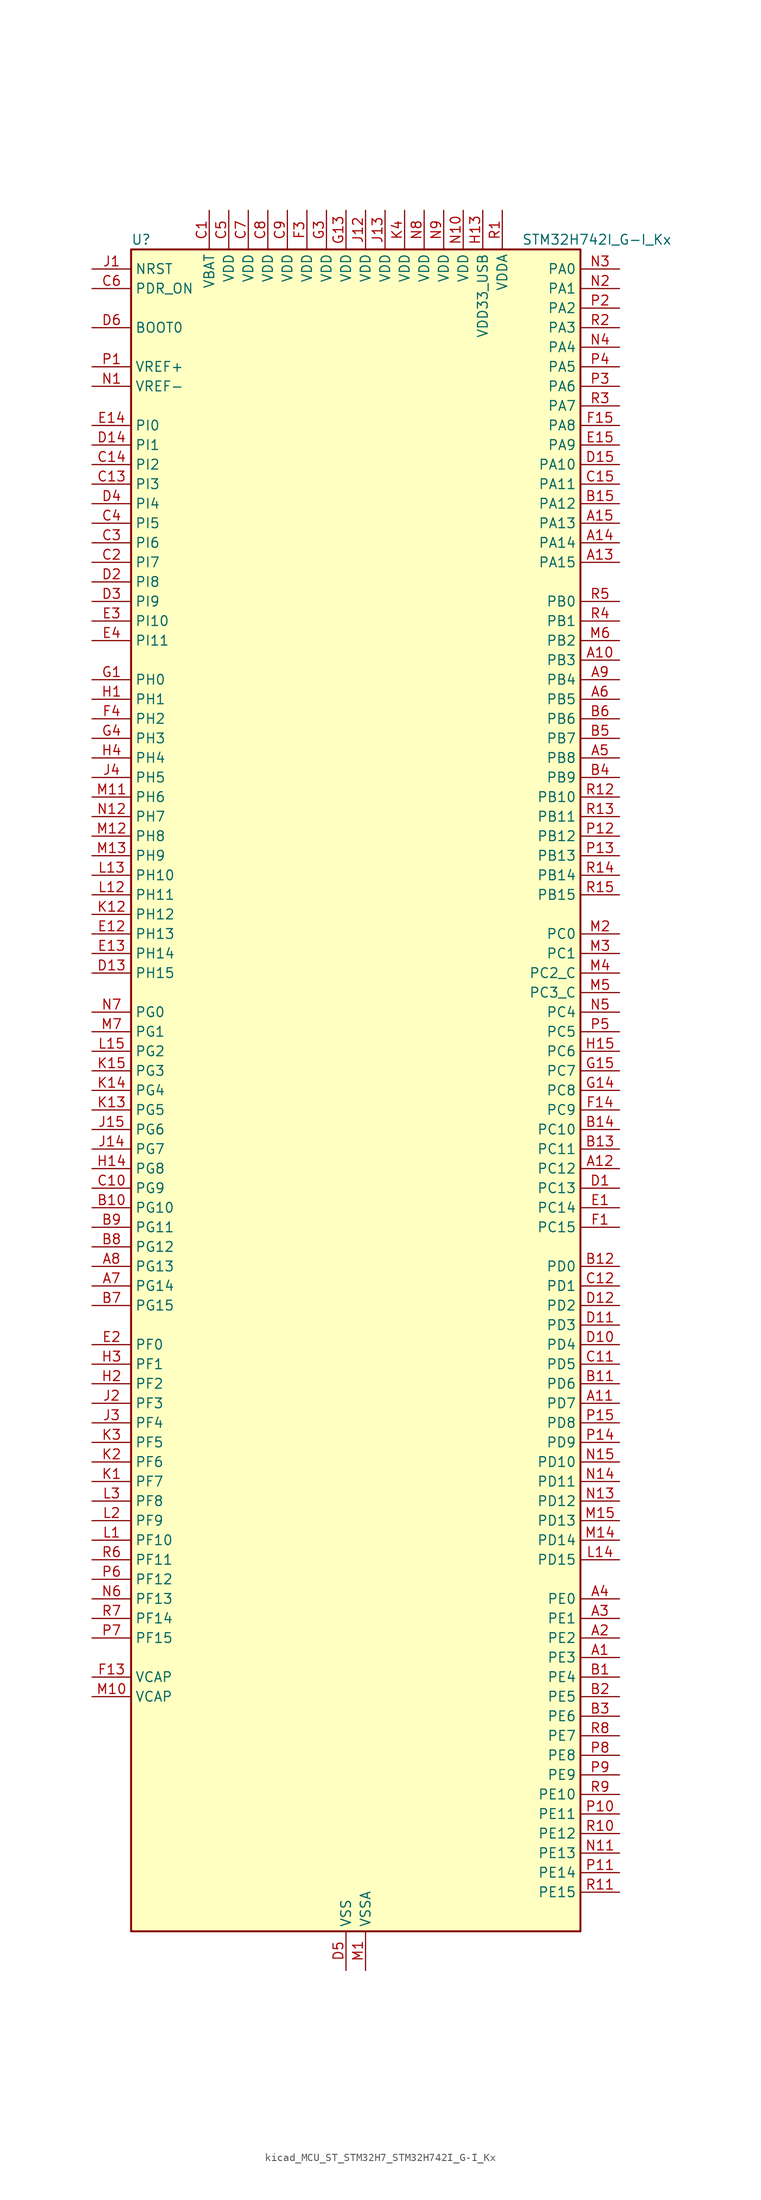
<source format=kicad_sym>
(kicad_symbol_lib
  (version 20220914)
  (generator kicad_symbol_editor)
  (symbol "kicad_MCU_ST_STM32H7_STM32H742I_G-I_Kx"
    (property "Reference" "U"
      (at -27.94 110.49 0)
      (effects (font (size 1.27 1.27)) (justify left)))
    (property "Value" "STM32H742I_G-I_Kx"
      (at 22.86 110.49 0)
      (effects (font (size 1.27 1.27)) (justify left)))
    (property "ki_locked" ""
      (at 0 0 0)
      (effects (font (size 1.27 1.27))))
    (symbol "kicad_MCU_ST_STM32H7_STM32H742I_G-I_Kx_0_1"
      (rectangle (start -27.94 -109.22) (end 30.48 109.22) (stroke (width 0.254) (type default)) (fill (type background))))
    (symbol "kicad_MCU_ST_STM32H7_STM32H742I_G-I_Kx_1_1"
      (pin bidirectional line (at 35.56 -73.66 180) (length 5.08) (name "PE3" (effects (font (size 1.27 1.27)))) (number "A1" (effects (font (size 1.27 1.27)))) (alternate "DEBUG_TRACED0" bidirectional line) (alternate "FMC_A19" bidirectional line) (alternate "SAI1_SD_B" bidirectional line) (alternate "SAI4_SD_B" bidirectional line) (alternate "TIM15_BKIN" bidirectional line))
      (pin bidirectional line (at 35.56 55.88 180) (length 5.08) (name "PB3" (effects (font (size 1.27 1.27)))) (number "A10" (effects (font (size 1.27 1.27)))) (alternate "CRS_SYNC" bidirectional line) (alternate "DEBUG_JTDO-SWO" bidirectional line) (alternate "HRTIM_FLT4" bidirectional line) (alternate "I2S1_CK" bidirectional line) (alternate "I2S3_CK" bidirectional line) (alternate "SDMMC2_D2" bidirectional line) (alternate "SPI1_SCK" bidirectional line) (alternate "SPI3_SCK" bidirectional line) (alternate "SPI6_SCK" bidirectional line) (alternate "TIM2_CH2" bidirectional line) (alternate "UART7_RX" bidirectional line))
      (pin bidirectional line (at 35.56 -40.64 180) (length 5.08) (name "PD7" (effects (font (size 1.27 1.27)))) (number "A11" (effects (font (size 1.27 1.27)))) (alternate "DFSDM1_CKIN1" bidirectional line) (alternate "DFSDM1_DATIN4" bidirectional line) (alternate "FMC_NE1" bidirectional line) (alternate "I2S1_SDO" bidirectional line) (alternate "SDMMC2_CMD" bidirectional line) (alternate "SPDIFRX1_IN0" bidirectional line) (alternate "SPI1_MOSI" bidirectional line) (alternate "USART2_CK" bidirectional line))
      (pin bidirectional line (at 35.56 -10.16 180) (length 5.08) (name "PC12" (effects (font (size 1.27 1.27)))) (number "A12" (effects (font (size 1.27 1.27)))) (alternate "DCMI_D9" bidirectional line) (alternate "DEBUG_TRACED3" bidirectional line) (alternate "HRTIM_EEV2" bidirectional line) (alternate "I2S3_SDO" bidirectional line) (alternate "SDMMC1_CK" bidirectional line) (alternate "SPI3_MOSI" bidirectional line) (alternate "UART5_TX" bidirectional line) (alternate "USART3_CK" bidirectional line))
      (pin bidirectional line (at 35.56 68.58 180) (length 5.08) (name "PA15" (effects (font (size 1.27 1.27)))) (number "A13" (effects (font (size 1.27 1.27)))) (alternate "ADC1_EXTI15" bidirectional line) (alternate "ADC2_EXTI15" bidirectional line) (alternate "ADC3_EXTI15" bidirectional line) (alternate "CEC" bidirectional line) (alternate "DEBUG_JTDI" bidirectional line) (alternate "HRTIM_FLT1" bidirectional line) (alternate "I2S1_WS" bidirectional line) (alternate "I2S3_WS" bidirectional line) (alternate "SPI1_NSS" bidirectional line) (alternate "SPI3_NSS" bidirectional line) (alternate "SPI6_NSS" bidirectional line) (alternate "TIM2_CH1" bidirectional line) (alternate "TIM2_ETR" bidirectional line) (alternate "UART4_DE" bidirectional line) (alternate "UART4_RTS" bidirectional line) (alternate "UART7_TX" bidirectional line))
      (pin bidirectional line (at 35.56 71.12 180) (length 5.08) (name "PA14" (effects (font (size 1.27 1.27)))) (number "A14" (effects (font (size 1.27 1.27)))) (alternate "DEBUG_JTCK-SWCLK" bidirectional line))
      (pin bidirectional line (at 35.56 73.66 180) (length 5.08) (name "PA13" (effects (font (size 1.27 1.27)))) (number "A15" (effects (font (size 1.27 1.27)))) (alternate "DEBUG_JTMS-SWDIO" bidirectional line))
      (pin bidirectional line (at 35.56 -71.12 180) (length 5.08) (name "PE2" (effects (font (size 1.27 1.27)))) (number "A2" (effects (font (size 1.27 1.27)))) (alternate "DEBUG_TRACECLK" bidirectional line) (alternate "ETH_TXD3" bidirectional line) (alternate "FMC_A23" bidirectional line) (alternate "QUADSPI_BK1_IO2" bidirectional line) (alternate "SAI1_CK1" bidirectional line) (alternate "SAI1_MCLK_A" bidirectional line) (alternate "SAI4_CK1" bidirectional line) (alternate "SAI4_MCLK_A" bidirectional line) (alternate "SPI4_SCK" bidirectional line))
      (pin bidirectional line (at 35.56 -68.58 180) (length 5.08) (name "PE1" (effects (font (size 1.27 1.27)))) (number "A3" (effects (font (size 1.27 1.27)))) (alternate "DCMI_D3" bidirectional line) (alternate "FMC_NBL1" bidirectional line) (alternate "HRTIM_SCOUT" bidirectional line) (alternate "LPTIM1_IN2" bidirectional line) (alternate "UART8_TX" bidirectional line))
      (pin bidirectional line (at 35.56 -66.04 180) (length 5.08) (name "PE0" (effects (font (size 1.27 1.27)))) (number "A4" (effects (font (size 1.27 1.27)))) (alternate "DCMI_D2" bidirectional line) (alternate "FMC_NBL0" bidirectional line) (alternate "HRTIM_SCIN" bidirectional line) (alternate "LPTIM1_ETR" bidirectional line) (alternate "LPTIM2_ETR" bidirectional line) (alternate "SAI2_MCLK_A" bidirectional line) (alternate "TIM4_ETR" bidirectional line) (alternate "UART8_RX" bidirectional line))
      (pin bidirectional line (at 35.56 43.18 180) (length 5.08) (name "PB8" (effects (font (size 1.27 1.27)))) (number "A5" (effects (font (size 1.27 1.27)))) (alternate "DCMI_D6" bidirectional line) (alternate "DFSDM1_CKIN7" bidirectional line) (alternate "ETH_TXD3" bidirectional line) (alternate "FDCAN1_RX" bidirectional line) (alternate "I2C1_SCL" bidirectional line) (alternate "I2C4_SCL" bidirectional line) (alternate "SDMMC1_CKIN" bidirectional line) (alternate "SDMMC1_D4" bidirectional line) (alternate "SDMMC2_D4" bidirectional line) (alternate "TIM16_CH1" bidirectional line) (alternate "TIM4_CH3" bidirectional line) (alternate "UART4_RX" bidirectional line))
      (pin bidirectional line (at 35.56 50.8 180) (length 5.08) (name "PB5" (effects (font (size 1.27 1.27)))) (number "A6" (effects (font (size 1.27 1.27)))) (alternate "DCMI_D10" bidirectional line) (alternate "ETH_PPS_OUT" bidirectional line) (alternate "FDCAN2_RX" bidirectional line) (alternate "FMC_SDCKE1" bidirectional line) (alternate "HRTIM_EEV7" bidirectional line) (alternate "I2C1_SMBA" bidirectional line) (alternate "I2C4_SMBA" bidirectional line) (alternate "I2S1_SDO" bidirectional line) (alternate "I2S3_SDO" bidirectional line) (alternate "SPI1_MOSI" bidirectional line) (alternate "SPI3_MOSI" bidirectional line) (alternate "SPI6_MOSI" bidirectional line) (alternate "TIM17_BKIN" bidirectional line) (alternate "TIM3_CH2" bidirectional line) (alternate "UART5_RX" bidirectional line) (alternate "USB_OTG_HS_ULPI_D7" bidirectional line))
      (pin bidirectional line (at -33.02 -25.4 0) (length 5.08) (name "PG14" (effects (font (size 1.27 1.27)))) (number "A7" (effects (font (size 1.27 1.27)))) (alternate "DEBUG_TRACED1" bidirectional line) (alternate "ETH_TXD1" bidirectional line) (alternate "FMC_A25" bidirectional line) (alternate "LPTIM1_ETR" bidirectional line) (alternate "QUADSPI_BK2_IO3" bidirectional line) (alternate "SPI6_MOSI" bidirectional line) (alternate "USART6_TX" bidirectional line))
      (pin bidirectional line (at -33.02 -22.86 0) (length 5.08) (name "PG13" (effects (font (size 1.27 1.27)))) (number "A8" (effects (font (size 1.27 1.27)))) (alternate "DEBUG_TRACED0" bidirectional line) (alternate "ETH_TXD0" bidirectional line) (alternate "FMC_A24" bidirectional line) (alternate "HRTIM_EEV10" bidirectional line) (alternate "LPTIM1_OUT" bidirectional line) (alternate "SPI6_SCK" bidirectional line) (alternate "USART6_CTS" bidirectional line) (alternate "USART6_NSS" bidirectional line))
      (pin bidirectional line (at 35.56 53.34 180) (length 5.08) (name "PB4" (effects (font (size 1.27 1.27)))) (number "A9" (effects (font (size 1.27 1.27)))) (alternate "DEBUG_JTRST" bidirectional line) (alternate "HRTIM_EEV6" bidirectional line) (alternate "I2S1_SDI" bidirectional line) (alternate "I2S2_WS" bidirectional line) (alternate "I2S3_SDI" bidirectional line) (alternate "SDMMC2_D3" bidirectional line) (alternate "SPI1_MISO" bidirectional line) (alternate "SPI2_NSS" bidirectional line) (alternate "SPI3_MISO" bidirectional line) (alternate "SPI6_MISO" bidirectional line) (alternate "TIM16_BKIN" bidirectional line) (alternate "TIM3_CH1" bidirectional line) (alternate "UART7_TX" bidirectional line))
      (pin bidirectional line (at 35.56 -76.2 180) (length 5.08) (name "PE4" (effects (font (size 1.27 1.27)))) (number "B1" (effects (font (size 1.27 1.27)))) (alternate "DCMI_D4" bidirectional line) (alternate "DEBUG_TRACED1" bidirectional line) (alternate "DFSDM1_DATIN3" bidirectional line) (alternate "FMC_A20" bidirectional line) (alternate "SAI1_D2" bidirectional line) (alternate "SAI1_FS_A" bidirectional line) (alternate "SAI4_D2" bidirectional line) (alternate "SAI4_FS_A" bidirectional line) (alternate "SPI4_NSS" bidirectional line) (alternate "TIM15_CH1N" bidirectional line))
      (pin bidirectional line (at -33.02 -15.24 0) (length 5.08) (name "PG10" (effects (font (size 1.27 1.27)))) (number "B10" (effects (font (size 1.27 1.27)))) (alternate "DCMI_D2" bidirectional line) (alternate "FMC_NE3" bidirectional line) (alternate "HRTIM_FLT5" bidirectional line) (alternate "I2S1_WS" bidirectional line) (alternate "SAI2_SD_B" bidirectional line) (alternate "SPI1_NSS" bidirectional line))
      (pin bidirectional line (at 35.56 -38.1 180) (length 5.08) (name "PD6" (effects (font (size 1.27 1.27)))) (number "B11" (effects (font (size 1.27 1.27)))) (alternate "DCMI_D10" bidirectional line) (alternate "DFSDM1_CKIN4" bidirectional line) (alternate "DFSDM1_DATIN1" bidirectional line) (alternate "FMC_NWAIT" bidirectional line) (alternate "I2S3_SDO" bidirectional line) (alternate "SAI1_D1" bidirectional line) (alternate "SAI1_SD_A" bidirectional line) (alternate "SAI4_D1" bidirectional line) (alternate "SAI4_SD_A" bidirectional line) (alternate "SDMMC2_CK" bidirectional line) (alternate "SPI3_MOSI" bidirectional line) (alternate "USART2_RX" bidirectional line))
      (pin bidirectional line (at 35.56 -22.86 180) (length 5.08) (name "PD0" (effects (font (size 1.27 1.27)))) (number "B12" (effects (font (size 1.27 1.27)))) (alternate "DFSDM1_CKIN6" bidirectional line) (alternate "FDCAN1_RX" bidirectional line) (alternate "FMC_D2" bidirectional line) (alternate "FMC_DA2" bidirectional line) (alternate "SAI3_SCK_A" bidirectional line) (alternate "UART4_RX" bidirectional line))
      (pin bidirectional line (at 35.56 -7.62 180) (length 5.08) (name "PC11" (effects (font (size 1.27 1.27)))) (number "B13" (effects (font (size 1.27 1.27)))) (alternate "ADC1_EXTI11" bidirectional line) (alternate "ADC2_EXTI11" bidirectional line) (alternate "ADC3_EXTI11" bidirectional line) (alternate "DCMI_D4" bidirectional line) (alternate "DFSDM1_DATIN5" bidirectional line) (alternate "HRTIM_FLT2" bidirectional line) (alternate "I2S3_SDI" bidirectional line) (alternate "QUADSPI_BK2_NCS" bidirectional line) (alternate "SDMMC1_D3" bidirectional line) (alternate "SPI3_MISO" bidirectional line) (alternate "UART4_RX" bidirectional line) (alternate "USART3_RX" bidirectional line))
      (pin bidirectional line (at 35.56 -5.08 180) (length 5.08) (name "PC10" (effects (font (size 1.27 1.27)))) (number "B14" (effects (font (size 1.27 1.27)))) (alternate "DCMI_D8" bidirectional line) (alternate "DFSDM1_CKIN5" bidirectional line) (alternate "HRTIM_EEV1" bidirectional line) (alternate "I2S3_CK" bidirectional line) (alternate "QUADSPI_BK1_IO1" bidirectional line) (alternate "SDMMC1_D2" bidirectional line) (alternate "SPI3_SCK" bidirectional line) (alternate "UART4_TX" bidirectional line) (alternate "USART3_TX" bidirectional line))
      (pin bidirectional line (at 35.56 76.2 180) (length 5.08) (name "PA12" (effects (font (size 1.27 1.27)))) (number "B15" (effects (font (size 1.27 1.27)))) (alternate "FDCAN1_TX" bidirectional line) (alternate "HRTIM_CHD2" bidirectional line) (alternate "I2S2_CK" bidirectional line) (alternate "LPUART1_DE" bidirectional line) (alternate "LPUART1_RTS" bidirectional line) (alternate "SAI2_FS_B" bidirectional line) (alternate "SPI2_SCK" bidirectional line) (alternate "TIM1_ETR" bidirectional line) (alternate "UART4_TX" bidirectional line) (alternate "USART1_DE" bidirectional line) (alternate "USART1_RTS" bidirectional line) (alternate "USB_OTG_FS_DP" bidirectional line))
      (pin bidirectional line (at 35.56 -78.74 180) (length 5.08) (name "PE5" (effects (font (size 1.27 1.27)))) (number "B2" (effects (font (size 1.27 1.27)))) (alternate "DCMI_D6" bidirectional line) (alternate "DEBUG_TRACED2" bidirectional line) (alternate "DFSDM1_CKIN3" bidirectional line) (alternate "FMC_A21" bidirectional line) (alternate "SAI1_CK2" bidirectional line) (alternate "SAI1_SCK_A" bidirectional line) (alternate "SAI4_CK2" bidirectional line) (alternate "SAI4_SCK_A" bidirectional line) (alternate "SPI4_MISO" bidirectional line) (alternate "TIM15_CH1" bidirectional line))
      (pin bidirectional line (at 35.56 -81.28 180) (length 5.08) (name "PE6" (effects (font (size 1.27 1.27)))) (number "B3" (effects (font (size 1.27 1.27)))) (alternate "DCMI_D7" bidirectional line) (alternate "DEBUG_TRACED3" bidirectional line) (alternate "FMC_A22" bidirectional line) (alternate "SAI1_D1" bidirectional line) (alternate "SAI1_SD_A" bidirectional line) (alternate "SAI2_MCLK_B" bidirectional line) (alternate "SAI4_D1" bidirectional line) (alternate "SAI4_SD_A" bidirectional line) (alternate "SPI4_MOSI" bidirectional line) (alternate "TIM15_CH2" bidirectional line) (alternate "TIM1_BKIN2" bidirectional line) (alternate "TIM1_BKIN2_COMP1" bidirectional line) (alternate "TIM1_BKIN2_COMP2" bidirectional line))
      (pin bidirectional line (at 35.56 40.64 180) (length 5.08) (name "PB9" (effects (font (size 1.27 1.27)))) (number "B4" (effects (font (size 1.27 1.27)))) (alternate "DAC1_EXTI9" bidirectional line) (alternate "DCMI_D7" bidirectional line) (alternate "DFSDM1_DATIN7" bidirectional line) (alternate "FDCAN1_TX" bidirectional line) (alternate "I2C1_SDA" bidirectional line) (alternate "I2C4_SDA" bidirectional line) (alternate "I2C4_SMBA" bidirectional line) (alternate "I2S2_WS" bidirectional line) (alternate "SDMMC1_CDIR" bidirectional line) (alternate "SDMMC1_D5" bidirectional line) (alternate "SDMMC2_D5" bidirectional line) (alternate "SPI2_NSS" bidirectional line) (alternate "TIM17_CH1" bidirectional line) (alternate "TIM4_CH4" bidirectional line) (alternate "UART4_TX" bidirectional line))
      (pin bidirectional line (at 35.56 45.72 180) (length 5.08) (name "PB7" (effects (font (size 1.27 1.27)))) (number "B5" (effects (font (size 1.27 1.27)))) (alternate "DCMI_VSYNC" bidirectional line) (alternate "DFSDM1_CKIN5" bidirectional line) (alternate "FMC_NL" bidirectional line) (alternate "HRTIM_EEV9" bidirectional line) (alternate "I2C1_SDA" bidirectional line) (alternate "I2C4_SDA" bidirectional line) (alternate "LPUART1_RX" bidirectional line) (alternate "PWR_PVD_IN" bidirectional line) (alternate "TIM17_CH1N" bidirectional line) (alternate "TIM4_CH2" bidirectional line) (alternate "USART1_RX" bidirectional line))
      (pin bidirectional line (at 35.56 48.26 180) (length 5.08) (name "PB6" (effects (font (size 1.27 1.27)))) (number "B6" (effects (font (size 1.27 1.27)))) (alternate "CEC" bidirectional line) (alternate "DCMI_D5" bidirectional line) (alternate "DFSDM1_DATIN5" bidirectional line) (alternate "FDCAN2_TX" bidirectional line) (alternate "FMC_SDNE1" bidirectional line) (alternate "HRTIM_EEV8" bidirectional line) (alternate "I2C1_SCL" bidirectional line) (alternate "I2C4_SCL" bidirectional line) (alternate "LPUART1_TX" bidirectional line) (alternate "QUADSPI_BK1_NCS" bidirectional line) (alternate "TIM16_CH1N" bidirectional line) (alternate "TIM4_CH1" bidirectional line) (alternate "UART5_TX" bidirectional line) (alternate "USART1_TX" bidirectional line))
      (pin bidirectional line (at -33.02 -27.94 0) (length 5.08) (name "PG15" (effects (font (size 1.27 1.27)))) (number "B7" (effects (font (size 1.27 1.27)))) (alternate "ADC1_EXTI15" bidirectional line) (alternate "ADC2_EXTI15" bidirectional line) (alternate "ADC3_EXTI15" bidirectional line) (alternate "DCMI_D13" bidirectional line) (alternate "FMC_SDNCAS" bidirectional line) (alternate "USART6_CTS" bidirectional line) (alternate "USART6_NSS" bidirectional line))
      (pin bidirectional line (at -33.02 -20.32 0) (length 5.08) (name "PG12" (effects (font (size 1.27 1.27)))) (number "B8" (effects (font (size 1.27 1.27)))) (alternate "ETH_TXD1" bidirectional line) (alternate "FMC_NE4" bidirectional line) (alternate "HRTIM_EEV5" bidirectional line) (alternate "LPTIM1_IN1" bidirectional line) (alternate "SPDIFRX1_IN1" bidirectional line) (alternate "SPI6_MISO" bidirectional line) (alternate "USART6_DE" bidirectional line) (alternate "USART6_RTS" bidirectional line))
      (pin bidirectional line (at -33.02 -17.78 0) (length 5.08) (name "PG11" (effects (font (size 1.27 1.27)))) (number "B9" (effects (font (size 1.27 1.27)))) (alternate "ADC1_EXTI11" bidirectional line) (alternate "ADC2_EXTI11" bidirectional line) (alternate "ADC3_EXTI11" bidirectional line) (alternate "DCMI_D3" bidirectional line) (alternate "ETH_TX_EN" bidirectional line) (alternate "HRTIM_EEV4" bidirectional line) (alternate "I2S1_CK" bidirectional line) (alternate "LPTIM1_IN2" bidirectional line) (alternate "SDMMC2_D2" bidirectional line) (alternate "SPDIFRX1_IN0" bidirectional line) (alternate "SPI1_SCK" bidirectional line))
      (pin power_in line (at -17.78 114.3 270) (length 5.08) (name "VBAT" (effects (font (size 1.27 1.27)))) (number "C1" (effects (font (size 1.27 1.27)))))
      (pin bidirectional line (at -33.02 -12.7 0) (length 5.08) (name "PG9" (effects (font (size 1.27 1.27)))) (number "C10" (effects (font (size 1.27 1.27)))) (alternate "DAC1_EXTI9" bidirectional line) (alternate "DCMI_VSYNC" bidirectional line) (alternate "FMC_NCE" bidirectional line) (alternate "FMC_NE2" bidirectional line) (alternate "I2S1_SDI" bidirectional line) (alternate "QUADSPI_BK2_IO2" bidirectional line) (alternate "SAI2_FS_B" bidirectional line) (alternate "SPDIFRX1_IN3" bidirectional line) (alternate "SPI1_MISO" bidirectional line) (alternate "USART6_RX" bidirectional line))
      (pin bidirectional line (at 35.56 -35.56 180) (length 5.08) (name "PD5" (effects (font (size 1.27 1.27)))) (number "C11" (effects (font (size 1.27 1.27)))) (alternate "FMC_NWE" bidirectional line) (alternate "HRTIM_EEV3" bidirectional line) (alternate "USART2_TX" bidirectional line))
      (pin bidirectional line (at 35.56 -25.4 180) (length 5.08) (name "PD1" (effects (font (size 1.27 1.27)))) (number "C12" (effects (font (size 1.27 1.27)))) (alternate "DFSDM1_DATIN6" bidirectional line) (alternate "FDCAN1_TX" bidirectional line) (alternate "FMC_D3" bidirectional line) (alternate "FMC_DA3" bidirectional line) (alternate "SAI3_SD_A" bidirectional line) (alternate "UART4_TX" bidirectional line))
      (pin bidirectional line (at -33.02 78.74 0) (length 5.08) (name "PI3" (effects (font (size 1.27 1.27)))) (number "C13" (effects (font (size 1.27 1.27)))) (alternate "DCMI_D10" bidirectional line) (alternate "FMC_D27" bidirectional line) (alternate "I2S2_SDO" bidirectional line) (alternate "SPI2_MOSI" bidirectional line) (alternate "TIM8_ETR" bidirectional line))
      (pin bidirectional line (at -33.02 81.28 0) (length 5.08) (name "PI2" (effects (font (size 1.27 1.27)))) (number "C14" (effects (font (size 1.27 1.27)))) (alternate "DCMI_D9" bidirectional line) (alternate "FMC_D26" bidirectional line) (alternate "I2S2_SDI" bidirectional line) (alternate "SPI2_MISO" bidirectional line) (alternate "TIM8_CH4" bidirectional line))
      (pin bidirectional line (at 35.56 78.74 180) (length 5.08) (name "PA11" (effects (font (size 1.27 1.27)))) (number "C15" (effects (font (size 1.27 1.27)))) (alternate "ADC1_EXTI11" bidirectional line) (alternate "ADC2_EXTI11" bidirectional line) (alternate "ADC3_EXTI11" bidirectional line) (alternate "FDCAN1_RX" bidirectional line) (alternate "HRTIM_CHD1" bidirectional line) (alternate "I2S2_WS" bidirectional line) (alternate "LPUART1_CTS" bidirectional line) (alternate "SPI2_NSS" bidirectional line) (alternate "TIM1_CH4" bidirectional line) (alternate "UART4_RX" bidirectional line) (alternate "USART1_CTS" bidirectional line) (alternate "USART1_NSS" bidirectional line) (alternate "USB_OTG_FS_DM" bidirectional line))
      (pin bidirectional line (at -33.02 68.58 0) (length 5.08) (name "PI7" (effects (font (size 1.27 1.27)))) (number "C2" (effects (font (size 1.27 1.27)))) (alternate "DCMI_D7" bidirectional line) (alternate "FMC_D29" bidirectional line) (alternate "SAI2_FS_A" bidirectional line) (alternate "TIM8_CH3" bidirectional line))
      (pin bidirectional line (at -33.02 71.12 0) (length 5.08) (name "PI6" (effects (font (size 1.27 1.27)))) (number "C3" (effects (font (size 1.27 1.27)))) (alternate "DCMI_D6" bidirectional line) (alternate "FMC_D28" bidirectional line) (alternate "SAI2_SD_A" bidirectional line) (alternate "TIM8_CH2" bidirectional line))
      (pin bidirectional line (at -33.02 73.66 0) (length 5.08) (name "PI5" (effects (font (size 1.27 1.27)))) (number "C4" (effects (font (size 1.27 1.27)))) (alternate "DCMI_VSYNC" bidirectional line) (alternate "FMC_NBL3" bidirectional line) (alternate "SAI2_SCK_A" bidirectional line) (alternate "TIM8_CH1" bidirectional line))
      (pin power_in line (at -15.24 114.3 270) (length 5.08) (name "VDD" (effects (font (size 1.27 1.27)))) (number "C5" (effects (font (size 1.27 1.27)))))
      (pin input line (at -33.02 104.14 0) (length 5.08) (name "PDR_ON" (effects (font (size 1.27 1.27)))) (number "C6" (effects (font (size 1.27 1.27)))))
      (pin power_in line (at -12.7 114.3 270) (length 5.08) (name "VDD" (effects (font (size 1.27 1.27)))) (number "C7" (effects (font (size 1.27 1.27)))))
      (pin power_in line (at -10.16 114.3 270) (length 5.08) (name "VDD" (effects (font (size 1.27 1.27)))) (number "C8" (effects (font (size 1.27 1.27)))))
      (pin power_in line (at -7.62 114.3 270) (length 5.08) (name "VDD" (effects (font (size 1.27 1.27)))) (number "C9" (effects (font (size 1.27 1.27)))))
      (pin bidirectional line (at 35.56 -12.7 180) (length 5.08) (name "PC13" (effects (font (size 1.27 1.27)))) (number "D1" (effects (font (size 1.27 1.27)))) (alternate "PWR_WKUP2" bidirectional line) (alternate "RTC_OUT_ALARM" bidirectional line) (alternate "RTC_OUT_CALIB" bidirectional line) (alternate "RTC_TAMP1" bidirectional line) (alternate "RTC_TS" bidirectional line))
      (pin bidirectional line (at 35.56 -33.02 180) (length 5.08) (name "PD4" (effects (font (size 1.27 1.27)))) (number "D10" (effects (font (size 1.27 1.27)))) (alternate "FMC_NOE" bidirectional line) (alternate "HRTIM_FLT3" bidirectional line) (alternate "SAI3_FS_A" bidirectional line) (alternate "USART2_DE" bidirectional line) (alternate "USART2_RTS" bidirectional line))
      (pin bidirectional line (at 35.56 -30.48 180) (length 5.08) (name "PD3" (effects (font (size 1.27 1.27)))) (number "D11" (effects (font (size 1.27 1.27)))) (alternate "DCMI_D5" bidirectional line) (alternate "DFSDM1_CKOUT" bidirectional line) (alternate "FMC_CLK" bidirectional line) (alternate "I2S2_CK" bidirectional line) (alternate "SPI2_SCK" bidirectional line) (alternate "USART2_CTS" bidirectional line) (alternate "USART2_NSS" bidirectional line))
      (pin bidirectional line (at 35.56 -27.94 180) (length 5.08) (name "PD2" (effects (font (size 1.27 1.27)))) (number "D12" (effects (font (size 1.27 1.27)))) (alternate "DCMI_D11" bidirectional line) (alternate "DEBUG_TRACED2" bidirectional line) (alternate "SDMMC1_CMD" bidirectional line) (alternate "TIM3_ETR" bidirectional line) (alternate "UART5_RX" bidirectional line))
      (pin bidirectional line (at -33.02 15.24 0) (length 5.08) (name "PH15" (effects (font (size 1.27 1.27)))) (number "D13" (effects (font (size 1.27 1.27)))) (alternate "ADC1_EXTI15" bidirectional line) (alternate "ADC2_EXTI15" bidirectional line) (alternate "ADC3_EXTI15" bidirectional line) (alternate "DCMI_D11" bidirectional line) (alternate "FMC_D23" bidirectional line) (alternate "TIM8_CH3N" bidirectional line))
      (pin bidirectional line (at -33.02 83.82 0) (length 5.08) (name "PI1" (effects (font (size 1.27 1.27)))) (number "D14" (effects (font (size 1.27 1.27)))) (alternate "DCMI_D8" bidirectional line) (alternate "FMC_D25" bidirectional line) (alternate "I2S2_CK" bidirectional line) (alternate "SPI2_SCK" bidirectional line) (alternate "TIM8_BKIN2" bidirectional line) (alternate "TIM8_BKIN2_COMP1" bidirectional line) (alternate "TIM8_BKIN2_COMP2" bidirectional line))
      (pin bidirectional line (at 35.56 81.28 180) (length 5.08) (name "PA10" (effects (font (size 1.27 1.27)))) (number "D15" (effects (font (size 1.27 1.27)))) (alternate "DCMI_D1" bidirectional line) (alternate "HRTIM_CHC2" bidirectional line) (alternate "LPUART1_RX" bidirectional line) (alternate "MDIOS_MDIO" bidirectional line) (alternate "TIM1_CH3" bidirectional line) (alternate "USART1_RX" bidirectional line) (alternate "USB_OTG_FS_ID" bidirectional line))
      (pin bidirectional line (at -33.02 66.04 0) (length 5.08) (name "PI8" (effects (font (size 1.27 1.27)))) (number "D2" (effects (font (size 1.27 1.27)))) (alternate "PWR_WKUP3" bidirectional line) (alternate "RTC_TAMP2" bidirectional line))
      (pin bidirectional line (at -33.02 63.5 0) (length 5.08) (name "PI9" (effects (font (size 1.27 1.27)))) (number "D3" (effects (font (size 1.27 1.27)))) (alternate "DAC1_EXTI9" bidirectional line) (alternate "FDCAN1_RX" bidirectional line) (alternate "FMC_D30" bidirectional line) (alternate "UART4_RX" bidirectional line))
      (pin bidirectional line (at -33.02 76.2 0) (length 5.08) (name "PI4" (effects (font (size 1.27 1.27)))) (number "D4" (effects (font (size 1.27 1.27)))) (alternate "DCMI_D5" bidirectional line) (alternate "FMC_NBL2" bidirectional line) (alternate "SAI2_MCLK_A" bidirectional line) (alternate "TIM8_BKIN" bidirectional line) (alternate "TIM8_BKIN_COMP1" bidirectional line) (alternate "TIM8_BKIN_COMP2" bidirectional line))
      (pin power_in line (at 0 -114.3 90) (length 5.08) (name "VSS" (effects (font (size 1.27 1.27)))) (number "D5" (effects (font (size 1.27 1.27)))))
      (pin input line (at -33.02 99.06 0) (length 5.08) (name "BOOT0" (effects (font (size 1.27 1.27)))) (number "D6" (effects (font (size 1.27 1.27)))))
      (pin passive line (at 0 -114.3 90) (length 5.08) hide (name "VSS" (effects (font (size 1.27 1.27)))) (number "D7" (effects (font (size 1.27 1.27)))))
      (pin passive line (at 0 -114.3 90) (length 5.08) hide (name "VSS" (effects (font (size 1.27 1.27)))) (number "D8" (effects (font (size 1.27 1.27)))))
      (pin passive line (at 0 -114.3 90) (length 5.08) hide (name "VSS" (effects (font (size 1.27 1.27)))) (number "D9" (effects (font (size 1.27 1.27)))))
      (pin bidirectional line (at 35.56 -15.24 180) (length 5.08) (name "PC14" (effects (font (size 1.27 1.27)))) (number "E1" (effects (font (size 1.27 1.27)))) (alternate "RCC_OSC32_IN" bidirectional line))
      (pin bidirectional line (at -33.02 20.32 0) (length 5.08) (name "PH13" (effects (font (size 1.27 1.27)))) (number "E12" (effects (font (size 1.27 1.27)))) (alternate "FDCAN1_TX" bidirectional line) (alternate "FMC_D21" bidirectional line) (alternate "TIM8_CH1N" bidirectional line) (alternate "UART4_TX" bidirectional line))
      (pin bidirectional line (at -33.02 17.78 0) (length 5.08) (name "PH14" (effects (font (size 1.27 1.27)))) (number "E13" (effects (font (size 1.27 1.27)))) (alternate "DCMI_D4" bidirectional line) (alternate "FDCAN1_RX" bidirectional line) (alternate "FMC_D22" bidirectional line) (alternate "TIM8_CH2N" bidirectional line) (alternate "UART4_RX" bidirectional line))
      (pin bidirectional line (at -33.02 86.36 0) (length 5.08) (name "PI0" (effects (font (size 1.27 1.27)))) (number "E14" (effects (font (size 1.27 1.27)))) (alternate "DCMI_D13" bidirectional line) (alternate "FMC_D24" bidirectional line) (alternate "I2S2_WS" bidirectional line) (alternate "SPI2_NSS" bidirectional line) (alternate "TIM5_CH4" bidirectional line))
      (pin bidirectional line (at 35.56 83.82 180) (length 5.08) (name "PA9" (effects (font (size 1.27 1.27)))) (number "E15" (effects (font (size 1.27 1.27)))) (alternate "DAC1_EXTI9" bidirectional line) (alternate "DCMI_D0" bidirectional line) (alternate "HRTIM_CHC1" bidirectional line) (alternate "I2C3_SMBA" bidirectional line) (alternate "I2S2_CK" bidirectional line) (alternate "LPUART1_TX" bidirectional line) (alternate "SPI2_SCK" bidirectional line) (alternate "TIM1_CH2" bidirectional line) (alternate "USART1_TX" bidirectional line) (alternate "USB_OTG_FS_VBUS" bidirectional line))
      (pin bidirectional line (at -33.02 -33.02 0) (length 5.08) (name "PF0" (effects (font (size 1.27 1.27)))) (number "E2" (effects (font (size 1.27 1.27)))) (alternate "FMC_A0" bidirectional line) (alternate "I2C2_SDA" bidirectional line))
      (pin bidirectional line (at -33.02 60.96 0) (length 5.08) (name "PI10" (effects (font (size 1.27 1.27)))) (number "E3" (effects (font (size 1.27 1.27)))) (alternate "ETH_RX_ER" bidirectional line) (alternate "FMC_D31" bidirectional line))
      (pin bidirectional line (at -33.02 58.42 0) (length 5.08) (name "PI11" (effects (font (size 1.27 1.27)))) (number "E4" (effects (font (size 1.27 1.27)))) (alternate "ADC1_EXTI11" bidirectional line) (alternate "ADC2_EXTI11" bidirectional line) (alternate "ADC3_EXTI11" bidirectional line) (alternate "PWR_WKUP4" bidirectional line) (alternate "USB_OTG_HS_ULPI_DIR" bidirectional line))
      (pin bidirectional line (at 35.56 -17.78 180) (length 5.08) (name "PC15" (effects (font (size 1.27 1.27)))) (number "F1" (effects (font (size 1.27 1.27)))) (alternate "ADC1_EXTI15" bidirectional line) (alternate "ADC2_EXTI15" bidirectional line) (alternate "ADC3_EXTI15" bidirectional line) (alternate "RCC_OSC32_OUT" bidirectional line))
      (pin passive line (at 0 -114.3 90) (length 5.08) hide (name "VSS" (effects (font (size 1.27 1.27)))) (number "F10" (effects (font (size 1.27 1.27)))))
      (pin passive line (at 0 -114.3 90) (length 5.08) hide (name "VSS" (effects (font (size 1.27 1.27)))) (number "F12" (effects (font (size 1.27 1.27)))))
      (pin power_out line (at -33.02 -76.2 0) (length 5.08) (name "VCAP" (effects (font (size 1.27 1.27)))) (number "F13" (effects (font (size 1.27 1.27)))))
      (pin bidirectional line (at 35.56 -2.54 180) (length 5.08) (name "PC9" (effects (font (size 1.27 1.27)))) (number "F14" (effects (font (size 1.27 1.27)))) (alternate "DAC1_EXTI9" bidirectional line) (alternate "DCMI_D3" bidirectional line) (alternate "I2C3_SDA" bidirectional line) (alternate "I2S_CKIN" bidirectional line) (alternate "QUADSPI_BK1_IO0" bidirectional line) (alternate "RCC_MCO_2" bidirectional line) (alternate "SDMMC1_D1" bidirectional line) (alternate "SWPMI1_SUSPEND" bidirectional line) (alternate "TIM3_CH4" bidirectional line) (alternate "TIM8_CH4" bidirectional line) (alternate "UART5_CTS" bidirectional line))
      (pin bidirectional line (at 35.56 86.36 180) (length 5.08) (name "PA8" (effects (font (size 1.27 1.27)))) (number "F15" (effects (font (size 1.27 1.27)))) (alternate "HRTIM_CHB2" bidirectional line) (alternate "I2C3_SCL" bidirectional line) (alternate "RCC_MCO_1" bidirectional line) (alternate "TIM1_CH1" bidirectional line) (alternate "TIM8_BKIN2" bidirectional line) (alternate "TIM8_BKIN2_COMP1" bidirectional line) (alternate "TIM8_BKIN2_COMP2" bidirectional line) (alternate "UART7_RX" bidirectional line) (alternate "USART1_CK" bidirectional line) (alternate "USB_OTG_FS_SOF" bidirectional line))
      (pin passive line (at 0 -114.3 90) (length 5.08) hide (name "VSS" (effects (font (size 1.27 1.27)))) (number "F2" (effects (font (size 1.27 1.27)))))
      (pin power_in line (at -5.08 114.3 270) (length 5.08) (name "VDD" (effects (font (size 1.27 1.27)))) (number "F3" (effects (font (size 1.27 1.27)))))
      (pin bidirectional line (at -33.02 48.26 0) (length 5.08) (name "PH2" (effects (font (size 1.27 1.27)))) (number "F4" (effects (font (size 1.27 1.27)))) (alternate "ADC3_INP13" bidirectional line) (alternate "ETH_CRS" bidirectional line) (alternate "FMC_SDCKE0" bidirectional line) (alternate "LPTIM1_IN2" bidirectional line) (alternate "QUADSPI_BK2_IO0" bidirectional line) (alternate "SAI2_SCK_B" bidirectional line))
      (pin passive line (at 0 -114.3 90) (length 5.08) hide (name "VSS" (effects (font (size 1.27 1.27)))) (number "F6" (effects (font (size 1.27 1.27)))))
      (pin passive line (at 0 -114.3 90) (length 5.08) hide (name "VSS" (effects (font (size 1.27 1.27)))) (number "F7" (effects (font (size 1.27 1.27)))))
      (pin passive line (at 0 -114.3 90) (length 5.08) hide (name "VSS" (effects (font (size 1.27 1.27)))) (number "F8" (effects (font (size 1.27 1.27)))))
      (pin passive line (at 0 -114.3 90) (length 5.08) hide (name "VSS" (effects (font (size 1.27 1.27)))) (number "F9" (effects (font (size 1.27 1.27)))))
      (pin bidirectional line (at -33.02 53.34 0) (length 5.08) (name "PH0" (effects (font (size 1.27 1.27)))) (number "G1" (effects (font (size 1.27 1.27)))) (alternate "RCC_OSC_IN" bidirectional line))
      (pin passive line (at 0 -114.3 90) (length 5.08) hide (name "VSS" (effects (font (size 1.27 1.27)))) (number "G10" (effects (font (size 1.27 1.27)))))
      (pin passive line (at 0 -114.3 90) (length 5.08) hide (name "VSS" (effects (font (size 1.27 1.27)))) (number "G12" (effects (font (size 1.27 1.27)))))
      (pin power_in line (at 0 114.3 270) (length 5.08) (name "VDD" (effects (font (size 1.27 1.27)))) (number "G13" (effects (font (size 1.27 1.27)))))
      (pin bidirectional line (at 35.56 0 180) (length 5.08) (name "PC8" (effects (font (size 1.27 1.27)))) (number "G14" (effects (font (size 1.27 1.27)))) (alternate "DCMI_D2" bidirectional line) (alternate "DEBUG_TRACED1" bidirectional line) (alternate "FMC_NCE" bidirectional line) (alternate "FMC_NE2" bidirectional line) (alternate "HRTIM_CHB1" bidirectional line) (alternate "SDMMC1_D0" bidirectional line) (alternate "SWPMI1_RX" bidirectional line) (alternate "TIM3_CH3" bidirectional line) (alternate "TIM8_CH3" bidirectional line) (alternate "UART5_DE" bidirectional line) (alternate "UART5_RTS" bidirectional line) (alternate "USART6_CK" bidirectional line))
      (pin bidirectional line (at 35.56 2.54 180) (length 5.08) (name "PC7" (effects (font (size 1.27 1.27)))) (number "G15" (effects (font (size 1.27 1.27)))) (alternate "DCMI_D1" bidirectional line) (alternate "DEBUG_TRGIO" bidirectional line) (alternate "DFSDM1_DATIN3" bidirectional line) (alternate "FMC_NE1" bidirectional line) (alternate "HRTIM_CHA2" bidirectional line) (alternate "I2S3_MCK" bidirectional line) (alternate "SDMMC1_D123DIR" bidirectional line) (alternate "SDMMC1_D7" bidirectional line) (alternate "SDMMC2_D7" bidirectional line) (alternate "SWPMI1_TX" bidirectional line) (alternate "TIM3_CH2" bidirectional line) (alternate "TIM8_CH2" bidirectional line) (alternate "USART6_RX" bidirectional line))
      (pin passive line (at 0 -114.3 90) (length 5.08) hide (name "VSS" (effects (font (size 1.27 1.27)))) (number "G2" (effects (font (size 1.27 1.27)))))
      (pin power_in line (at -2.54 114.3 270) (length 5.08) (name "VDD" (effects (font (size 1.27 1.27)))) (number "G3" (effects (font (size 1.27 1.27)))))
      (pin bidirectional line (at -33.02 45.72 0) (length 5.08) (name "PH3" (effects (font (size 1.27 1.27)))) (number "G4" (effects (font (size 1.27 1.27)))) (alternate "ADC3_INN13" bidirectional line) (alternate "ADC3_INP14" bidirectional line) (alternate "ETH_COL" bidirectional line) (alternate "FMC_SDNE0" bidirectional line) (alternate "QUADSPI_BK2_IO1" bidirectional line) (alternate "SAI2_MCLK_B" bidirectional line))
      (pin passive line (at 0 -114.3 90) (length 5.08) hide (name "VSS" (effects (font (size 1.27 1.27)))) (number "G6" (effects (font (size 1.27 1.27)))))
      (pin passive line (at 0 -114.3 90) (length 5.08) hide (name "VSS" (effects (font (size 1.27 1.27)))) (number "G7" (effects (font (size 1.27 1.27)))))
      (pin passive line (at 0 -114.3 90) (length 5.08) hide (name "VSS" (effects (font (size 1.27 1.27)))) (number "G8" (effects (font (size 1.27 1.27)))))
      (pin passive line (at 0 -114.3 90) (length 5.08) hide (name "VSS" (effects (font (size 1.27 1.27)))) (number "G9" (effects (font (size 1.27 1.27)))))
      (pin bidirectional line (at -33.02 50.8 0) (length 5.08) (name "PH1" (effects (font (size 1.27 1.27)))) (number "H1" (effects (font (size 1.27 1.27)))) (alternate "RCC_OSC_OUT" bidirectional line))
      (pin passive line (at 0 -114.3 90) (length 5.08) hide (name "VSS" (effects (font (size 1.27 1.27)))) (number "H10" (effects (font (size 1.27 1.27)))))
      (pin passive line (at 0 -114.3 90) (length 5.08) hide (name "VSS" (effects (font (size 1.27 1.27)))) (number "H12" (effects (font (size 1.27 1.27)))))
      (pin power_in line (at 17.78 114.3 270) (length 5.08) (name "VDD33_USB" (effects (font (size 1.27 1.27)))) (number "H13" (effects (font (size 1.27 1.27)))))
      (pin bidirectional line (at -33.02 -10.16 0) (length 5.08) (name "PG8" (effects (font (size 1.27 1.27)))) (number "H14" (effects (font (size 1.27 1.27)))) (alternate "ETH_PPS_OUT" bidirectional line) (alternate "FMC_SDCLK" bidirectional line) (alternate "SPDIFRX1_IN2" bidirectional line) (alternate "SPI6_NSS" bidirectional line) (alternate "TIM8_ETR" bidirectional line) (alternate "USART6_DE" bidirectional line) (alternate "USART6_RTS" bidirectional line))
      (pin bidirectional line (at 35.56 5.08 180) (length 5.08) (name "PC6" (effects (font (size 1.27 1.27)))) (number "H15" (effects (font (size 1.27 1.27)))) (alternate "DCMI_D0" bidirectional line) (alternate "DFSDM1_CKIN3" bidirectional line) (alternate "FMC_NWAIT" bidirectional line) (alternate "HRTIM_CHA1" bidirectional line) (alternate "I2S2_MCK" bidirectional line) (alternate "SDMMC1_D0DIR" bidirectional line) (alternate "SDMMC1_D6" bidirectional line) (alternate "SDMMC2_D6" bidirectional line) (alternate "SWPMI1_IO" bidirectional line) (alternate "TIM3_CH1" bidirectional line) (alternate "TIM8_CH1" bidirectional line) (alternate "USART6_TX" bidirectional line))
      (pin bidirectional line (at -33.02 -38.1 0) (length 5.08) (name "PF2" (effects (font (size 1.27 1.27)))) (number "H2" (effects (font (size 1.27 1.27)))) (alternate "FMC_A2" bidirectional line) (alternate "I2C2_SMBA" bidirectional line))
      (pin bidirectional line (at -33.02 -35.56 0) (length 5.08) (name "PF1" (effects (font (size 1.27 1.27)))) (number "H3" (effects (font (size 1.27 1.27)))) (alternate "FMC_A1" bidirectional line) (alternate "I2C2_SCL" bidirectional line))
      (pin bidirectional line (at -33.02 43.18 0) (length 5.08) (name "PH4" (effects (font (size 1.27 1.27)))) (number "H4" (effects (font (size 1.27 1.27)))) (alternate "ADC3_INN14" bidirectional line) (alternate "ADC3_INP15" bidirectional line) (alternate "I2C2_SCL" bidirectional line) (alternate "USB_OTG_HS_ULPI_NXT" bidirectional line))
      (pin passive line (at 0 -114.3 90) (length 5.08) hide (name "VSS" (effects (font (size 1.27 1.27)))) (number "H6" (effects (font (size 1.27 1.27)))))
      (pin passive line (at 0 -114.3 90) (length 5.08) hide (name "VSS" (effects (font (size 1.27 1.27)))) (number "H7" (effects (font (size 1.27 1.27)))))
      (pin passive line (at 0 -114.3 90) (length 5.08) hide (name "VSS" (effects (font (size 1.27 1.27)))) (number "H8" (effects (font (size 1.27 1.27)))))
      (pin passive line (at 0 -114.3 90) (length 5.08) hide (name "VSS" (effects (font (size 1.27 1.27)))) (number "H9" (effects (font (size 1.27 1.27)))))
      (pin input line (at -33.02 106.68 0) (length 5.08) (name "NRST" (effects (font (size 1.27 1.27)))) (number "J1" (effects (font (size 1.27 1.27)))))
      (pin passive line (at 0 -114.3 90) (length 5.08) hide (name "VSS" (effects (font (size 1.27 1.27)))) (number "J10" (effects (font (size 1.27 1.27)))))
      (pin power_in line (at 2.54 114.3 270) (length 5.08) (name "VDD" (effects (font (size 1.27 1.27)))) (number "J12" (effects (font (size 1.27 1.27)))))
      (pin power_in line (at 5.08 114.3 270) (length 5.08) (name "VDD" (effects (font (size 1.27 1.27)))) (number "J13" (effects (font (size 1.27 1.27)))))
      (pin bidirectional line (at -33.02 -7.62 0) (length 5.08) (name "PG7" (effects (font (size 1.27 1.27)))) (number "J14" (effects (font (size 1.27 1.27)))) (alternate "DCMI_D13" bidirectional line) (alternate "FMC_INT" bidirectional line) (alternate "HRTIM_CHE2" bidirectional line) (alternate "SAI1_MCLK_A" bidirectional line) (alternate "USART6_CK" bidirectional line))
      (pin bidirectional line (at -33.02 -5.08 0) (length 5.08) (name "PG6" (effects (font (size 1.27 1.27)))) (number "J15" (effects (font (size 1.27 1.27)))) (alternate "DCMI_D12" bidirectional line) (alternate "FMC_NE3" bidirectional line) (alternate "HRTIM_CHE1" bidirectional line) (alternate "QUADSPI_BK1_NCS" bidirectional line) (alternate "TIM17_BKIN" bidirectional line))
      (pin bidirectional line (at -33.02 -40.64 0) (length 5.08) (name "PF3" (effects (font (size 1.27 1.27)))) (number "J2" (effects (font (size 1.27 1.27)))) (alternate "ADC3_INP5" bidirectional line) (alternate "FMC_A3" bidirectional line))
      (pin bidirectional line (at -33.02 -43.18 0) (length 5.08) (name "PF4" (effects (font (size 1.27 1.27)))) (number "J3" (effects (font (size 1.27 1.27)))) (alternate "ADC3_INN5" bidirectional line) (alternate "ADC3_INP9" bidirectional line) (alternate "FMC_A4" bidirectional line))
      (pin bidirectional line (at -33.02 40.64 0) (length 5.08) (name "PH5" (effects (font (size 1.27 1.27)))) (number "J4" (effects (font (size 1.27 1.27)))) (alternate "ADC3_INN15" bidirectional line) (alternate "ADC3_INP16" bidirectional line) (alternate "FMC_SDNWE" bidirectional line) (alternate "I2C2_SDA" bidirectional line) (alternate "SPI5_NSS" bidirectional line))
      (pin passive line (at 0 -114.3 90) (length 5.08) hide (name "VSS" (effects (font (size 1.27 1.27)))) (number "J6" (effects (font (size 1.27 1.27)))))
      (pin passive line (at 0 -114.3 90) (length 5.08) hide (name "VSS" (effects (font (size 1.27 1.27)))) (number "J7" (effects (font (size 1.27 1.27)))))
      (pin passive line (at 0 -114.3 90) (length 5.08) hide (name "VSS" (effects (font (size 1.27 1.27)))) (number "J8" (effects (font (size 1.27 1.27)))))
      (pin passive line (at 0 -114.3 90) (length 5.08) hide (name "VSS" (effects (font (size 1.27 1.27)))) (number "J9" (effects (font (size 1.27 1.27)))))
      (pin bidirectional line (at -33.02 -50.8 0) (length 5.08) (name "PF7" (effects (font (size 1.27 1.27)))) (number "K1" (effects (font (size 1.27 1.27)))) (alternate "ADC3_INP3" bidirectional line) (alternate "QUADSPI_BK1_IO2" bidirectional line) (alternate "SAI1_MCLK_B" bidirectional line) (alternate "SAI4_MCLK_B" bidirectional line) (alternate "SPI5_SCK" bidirectional line) (alternate "TIM17_CH1" bidirectional line) (alternate "UART7_TX" bidirectional line))
      (pin passive line (at 0 -114.3 90) (length 5.08) hide (name "VSS" (effects (font (size 1.27 1.27)))) (number "K10" (effects (font (size 1.27 1.27)))))
      (pin bidirectional line (at -33.02 22.86 0) (length 5.08) (name "PH12" (effects (font (size 1.27 1.27)))) (number "K12" (effects (font (size 1.27 1.27)))) (alternate "DCMI_D3" bidirectional line) (alternate "FMC_D20" bidirectional line) (alternate "I2C4_SDA" bidirectional line) (alternate "TIM5_CH3" bidirectional line))
      (pin bidirectional line (at -33.02 -2.54 0) (length 5.08) (name "PG5" (effects (font (size 1.27 1.27)))) (number "K13" (effects (font (size 1.27 1.27)))) (alternate "FMC_A15" bidirectional line) (alternate "FMC_BA1" bidirectional line) (alternate "TIM1_ETR" bidirectional line))
      (pin bidirectional line (at -33.02 0 0) (length 5.08) (name "PG4" (effects (font (size 1.27 1.27)))) (number "K14" (effects (font (size 1.27 1.27)))) (alternate "FMC_A14" bidirectional line) (alternate "FMC_BA0" bidirectional line) (alternate "TIM1_BKIN2" bidirectional line) (alternate "TIM1_BKIN2_COMP1" bidirectional line) (alternate "TIM1_BKIN2_COMP2" bidirectional line))
      (pin bidirectional line (at -33.02 2.54 0) (length 5.08) (name "PG3" (effects (font (size 1.27 1.27)))) (number "K15" (effects (font (size 1.27 1.27)))) (alternate "FMC_A13" bidirectional line) (alternate "TIM8_BKIN2" bidirectional line) (alternate "TIM8_BKIN2_COMP1" bidirectional line) (alternate "TIM8_BKIN2_COMP2" bidirectional line))
      (pin bidirectional line (at -33.02 -48.26 0) (length 5.08) (name "PF6" (effects (font (size 1.27 1.27)))) (number "K2" (effects (font (size 1.27 1.27)))) (alternate "ADC3_INN4" bidirectional line) (alternate "ADC3_INP8" bidirectional line) (alternate "QUADSPI_BK1_IO3" bidirectional line) (alternate "SAI1_SD_B" bidirectional line) (alternate "SAI4_SD_B" bidirectional line) (alternate "SPI5_NSS" bidirectional line) (alternate "TIM16_CH1" bidirectional line) (alternate "UART7_RX" bidirectional line))
      (pin bidirectional line (at -33.02 -45.72 0) (length 5.08) (name "PF5" (effects (font (size 1.27 1.27)))) (number "K3" (effects (font (size 1.27 1.27)))) (alternate "ADC3_INP4" bidirectional line) (alternate "FMC_A5" bidirectional line))
      (pin power_in line (at 7.62 114.3 270) (length 5.08) (name "VDD" (effects (font (size 1.27 1.27)))) (number "K4" (effects (font (size 1.27 1.27)))))
      (pin passive line (at 0 -114.3 90) (length 5.08) hide (name "VSS" (effects (font (size 1.27 1.27)))) (number "K6" (effects (font (size 1.27 1.27)))))
      (pin passive line (at 0 -114.3 90) (length 5.08) hide (name "VSS" (effects (font (size 1.27 1.27)))) (number "K7" (effects (font (size 1.27 1.27)))))
      (pin passive line (at 0 -114.3 90) (length 5.08) hide (name "VSS" (effects (font (size 1.27 1.27)))) (number "K8" (effects (font (size 1.27 1.27)))))
      (pin passive line (at 0 -114.3 90) (length 5.08) hide (name "VSS" (effects (font (size 1.27 1.27)))) (number "K9" (effects (font (size 1.27 1.27)))))
      (pin bidirectional line (at -33.02 -58.42 0) (length 5.08) (name "PF10" (effects (font (size 1.27 1.27)))) (number "L1" (effects (font (size 1.27 1.27)))) (alternate "ADC3_INN2" bidirectional line) (alternate "ADC3_INP6" bidirectional line) (alternate "DCMI_D11" bidirectional line) (alternate "QUADSPI_CLK" bidirectional line) (alternate "SAI1_D3" bidirectional line) (alternate "SAI4_D3" bidirectional line) (alternate "TIM16_BKIN" bidirectional line))
      (pin bidirectional line (at -33.02 25.4 0) (length 5.08) (name "PH11" (effects (font (size 1.27 1.27)))) (number "L12" (effects (font (size 1.27 1.27)))) (alternate "ADC1_EXTI11" bidirectional line) (alternate "ADC2_EXTI11" bidirectional line) (alternate "ADC3_EXTI11" bidirectional line) (alternate "DCMI_D2" bidirectional line) (alternate "FMC_D19" bidirectional line) (alternate "I2C4_SCL" bidirectional line) (alternate "TIM5_CH2" bidirectional line))
      (pin bidirectional line (at -33.02 27.94 0) (length 5.08) (name "PH10" (effects (font (size 1.27 1.27)))) (number "L13" (effects (font (size 1.27 1.27)))) (alternate "DCMI_D1" bidirectional line) (alternate "FMC_D18" bidirectional line) (alternate "I2C4_SMBA" bidirectional line) (alternate "TIM5_CH1" bidirectional line))
      (pin bidirectional line (at 35.56 -60.96 180) (length 5.08) (name "PD15" (effects (font (size 1.27 1.27)))) (number "L14" (effects (font (size 1.27 1.27)))) (alternate "ADC1_EXTI15" bidirectional line) (alternate "ADC2_EXTI15" bidirectional line) (alternate "ADC3_EXTI15" bidirectional line) (alternate "FMC_D1" bidirectional line) (alternate "FMC_DA1" bidirectional line) (alternate "SAI3_MCLK_A" bidirectional line) (alternate "TIM4_CH4" bidirectional line) (alternate "UART8_DE" bidirectional line) (alternate "UART8_RTS" bidirectional line))
      (pin bidirectional line (at -33.02 5.08 0) (length 5.08) (name "PG2" (effects (font (size 1.27 1.27)))) (number "L15" (effects (font (size 1.27 1.27)))) (alternate "FMC_A12" bidirectional line) (alternate "TIM8_BKIN" bidirectional line) (alternate "TIM8_BKIN_COMP1" bidirectional line) (alternate "TIM8_BKIN_COMP2" bidirectional line))
      (pin bidirectional line (at -33.02 -55.88 0) (length 5.08) (name "PF9" (effects (font (size 1.27 1.27)))) (number "L2" (effects (font (size 1.27 1.27)))) (alternate "ADC3_INP2" bidirectional line) (alternate "DAC1_EXTI9" bidirectional line) (alternate "QUADSPI_BK1_IO1" bidirectional line) (alternate "SAI1_FS_B" bidirectional line) (alternate "SAI4_FS_B" bidirectional line) (alternate "SPI5_MOSI" bidirectional line) (alternate "TIM14_CH1" bidirectional line) (alternate "TIM17_CH1N" bidirectional line) (alternate "UART7_CTS" bidirectional line))
      (pin bidirectional line (at -33.02 -53.34 0) (length 5.08) (name "PF8" (effects (font (size 1.27 1.27)))) (number "L3" (effects (font (size 1.27 1.27)))) (alternate "ADC3_INN3" bidirectional line) (alternate "ADC3_INP7" bidirectional line) (alternate "QUADSPI_BK1_IO0" bidirectional line) (alternate "SAI1_SCK_B" bidirectional line) (alternate "SAI4_SCK_B" bidirectional line) (alternate "SPI5_MISO" bidirectional line) (alternate "TIM13_CH1" bidirectional line) (alternate "TIM16_CH1N" bidirectional line) (alternate "UART7_DE" bidirectional line) (alternate "UART7_RTS" bidirectional line))
      (pin passive line (at 0 -114.3 90) (length 5.08) hide (name "VSS" (effects (font (size 1.27 1.27)))) (number "L4" (effects (font (size 1.27 1.27)))))
      (pin power_in line (at 2.54 -114.3 90) (length 5.08) (name "VSSA" (effects (font (size 1.27 1.27)))) (number "M1" (effects (font (size 1.27 1.27)))))
      (pin power_out line (at -33.02 -78.74 0) (length 5.08) (name "VCAP" (effects (font (size 1.27 1.27)))) (number "M10" (effects (font (size 1.27 1.27)))))
      (pin bidirectional line (at -33.02 38.1 0) (length 5.08) (name "PH6" (effects (font (size 1.27 1.27)))) (number "M11" (effects (font (size 1.27 1.27)))) (alternate "DCMI_D8" bidirectional line) (alternate "ETH_RXD2" bidirectional line) (alternate "FMC_SDNE1" bidirectional line) (alternate "I2C2_SMBA" bidirectional line) (alternate "SPI5_SCK" bidirectional line) (alternate "TIM12_CH1" bidirectional line))
      (pin bidirectional line (at -33.02 33.02 0) (length 5.08) (name "PH8" (effects (font (size 1.27 1.27)))) (number "M12" (effects (font (size 1.27 1.27)))) (alternate "DCMI_HSYNC" bidirectional line) (alternate "FMC_D16" bidirectional line) (alternate "I2C3_SDA" bidirectional line) (alternate "TIM5_ETR" bidirectional line))
      (pin bidirectional line (at -33.02 30.48 0) (length 5.08) (name "PH9" (effects (font (size 1.27 1.27)))) (number "M13" (effects (font (size 1.27 1.27)))) (alternate "DAC1_EXTI9" bidirectional line) (alternate "DCMI_D0" bidirectional line) (alternate "FMC_D17" bidirectional line) (alternate "I2C3_SMBA" bidirectional line) (alternate "TIM12_CH2" bidirectional line))
      (pin bidirectional line (at 35.56 -58.42 180) (length 5.08) (name "PD14" (effects (font (size 1.27 1.27)))) (number "M14" (effects (font (size 1.27 1.27)))) (alternate "FMC_D0" bidirectional line) (alternate "FMC_DA0" bidirectional line) (alternate "SAI3_MCLK_B" bidirectional line) (alternate "TIM4_CH3" bidirectional line) (alternate "UART8_CTS" bidirectional line))
      (pin bidirectional line (at 35.56 -55.88 180) (length 5.08) (name "PD13" (effects (font (size 1.27 1.27)))) (number "M15" (effects (font (size 1.27 1.27)))) (alternate "FMC_A18" bidirectional line) (alternate "I2C4_SDA" bidirectional line) (alternate "LPTIM1_OUT" bidirectional line) (alternate "QUADSPI_BK1_IO3" bidirectional line) (alternate "SAI2_SCK_A" bidirectional line) (alternate "TIM4_CH2" bidirectional line))
      (pin bidirectional line (at 35.56 20.32 180) (length 5.08) (name "PC0" (effects (font (size 1.27 1.27)))) (number "M2" (effects (font (size 1.27 1.27)))) (alternate "ADC1_INP10" bidirectional line) (alternate "ADC2_INP10" bidirectional line) (alternate "ADC3_INP10" bidirectional line) (alternate "DFSDM1_CKIN0" bidirectional line) (alternate "DFSDM1_DATIN4" bidirectional line) (alternate "FMC_SDNWE" bidirectional line) (alternate "SAI2_FS_B" bidirectional line) (alternate "USB_OTG_HS_ULPI_STP" bidirectional line))
      (pin bidirectional line (at 35.56 17.78 180) (length 5.08) (name "PC1" (effects (font (size 1.27 1.27)))) (number "M3" (effects (font (size 1.27 1.27)))) (alternate "ADC1_INN10" bidirectional line) (alternate "ADC1_INP11" bidirectional line) (alternate "ADC2_INN10" bidirectional line) (alternate "ADC2_INP11" bidirectional line) (alternate "ADC3_INN10" bidirectional line) (alternate "ADC3_INP11" bidirectional line) (alternate "DEBUG_TRACED0" bidirectional line) (alternate "DFSDM1_CKIN4" bidirectional line) (alternate "DFSDM1_DATIN0" bidirectional line) (alternate "ETH_MDC" bidirectional line) (alternate "I2S2_SDO" bidirectional line) (alternate "MDIOS_MDC" bidirectional line) (alternate "PWR_WKUP5" bidirectional line) (alternate "RTC_TAMP3" bidirectional line) (alternate "SAI1_D1" bidirectional line) (alternate "SAI1_SD_A" bidirectional line) (alternate "SAI4_D1" bidirectional line) (alternate "SAI4_SD_A" bidirectional line) (alternate "SDMMC2_CK" bidirectional line) (alternate "SPI2_MOSI" bidirectional line))
      (pin bidirectional line (at 35.56 15.24 180) (length 5.08) (name "PC2_C" (effects (font (size 1.27 1.27)))) (number "M4" (effects (font (size 1.27 1.27)))) (alternate "ADC3_INN1" bidirectional line) (alternate "ADC3_INP0" bidirectional line) (alternate "DFSDM1_CKIN1" bidirectional line) (alternate "DFSDM1_CKOUT" bidirectional line) (alternate "ETH_TXD2" bidirectional line) (alternate "FMC_SDNE0" bidirectional line) (alternate "I2S2_SDI" bidirectional line) (alternate "PWR_CSTOP" bidirectional line) (alternate "SPI2_MISO" bidirectional line) (alternate "USB_OTG_HS_ULPI_DIR" bidirectional line))
      (pin bidirectional line (at 35.56 12.7 180) (length 5.08) (name "PC3_C" (effects (font (size 1.27 1.27)))) (number "M5" (effects (font (size 1.27 1.27)))) (alternate "ADC3_INP1" bidirectional line) (alternate "DFSDM1_DATIN1" bidirectional line) (alternate "ETH_TX_CLK" bidirectional line) (alternate "FMC_SDCKE0" bidirectional line) (alternate "I2S2_SDO" bidirectional line) (alternate "PWR_CSLEEP" bidirectional line) (alternate "SPI2_MOSI" bidirectional line) (alternate "USB_OTG_HS_ULPI_NXT" bidirectional line))
      (pin bidirectional line (at 35.56 58.42 180) (length 5.08) (name "PB2" (effects (font (size 1.27 1.27)))) (number "M6" (effects (font (size 1.27 1.27)))) (alternate "COMP1_INP" bidirectional line) (alternate "DFSDM1_CKIN1" bidirectional line) (alternate "I2S3_SDO" bidirectional line) (alternate "QUADSPI_CLK" bidirectional line) (alternate "RTC_OUT_ALARM" bidirectional line) (alternate "RTC_OUT_CALIB" bidirectional line) (alternate "SAI1_D1" bidirectional line) (alternate "SAI1_SD_A" bidirectional line) (alternate "SAI4_D1" bidirectional line) (alternate "SAI4_SD_A" bidirectional line) (alternate "SPI3_MOSI" bidirectional line))
      (pin bidirectional line (at -33.02 7.62 0) (length 5.08) (name "PG1" (effects (font (size 1.27 1.27)))) (number "M7" (effects (font (size 1.27 1.27)))) (alternate "FMC_A11" bidirectional line) (alternate "OPAMP2_VINM" bidirectional line) (alternate "OPAMP2_VINM1" bidirectional line))
      (pin passive line (at 0 -114.3 90) (length 5.08) hide (name "VSS" (effects (font (size 1.27 1.27)))) (number "M8" (effects (font (size 1.27 1.27)))))
      (pin passive line (at 0 -114.3 90) (length 5.08) hide (name "VSS" (effects (font (size 1.27 1.27)))) (number "M9" (effects (font (size 1.27 1.27)))))
      (pin input line (at -33.02 91.44 0) (length 5.08) (name "VREF-" (effects (font (size 1.27 1.27)))) (number "N1" (effects (font (size 1.27 1.27)))))
      (pin power_in line (at 15.24 114.3 270) (length 5.08) (name "VDD" (effects (font (size 1.27 1.27)))) (number "N10" (effects (font (size 1.27 1.27)))))
      (pin bidirectional line (at 35.56 -99.06 180) (length 5.08) (name "PE13" (effects (font (size 1.27 1.27)))) (number "N11" (effects (font (size 1.27 1.27)))) (alternate "COMP2_OUT" bidirectional line) (alternate "DFSDM1_CKIN5" bidirectional line) (alternate "FMC_D10" bidirectional line) (alternate "FMC_DA10" bidirectional line) (alternate "SAI2_FS_B" bidirectional line) (alternate "SPI4_MISO" bidirectional line) (alternate "TIM1_CH3" bidirectional line))
      (pin bidirectional line (at -33.02 35.56 0) (length 5.08) (name "PH7" (effects (font (size 1.27 1.27)))) (number "N12" (effects (font (size 1.27 1.27)))) (alternate "DCMI_D9" bidirectional line) (alternate "ETH_RXD3" bidirectional line) (alternate "FMC_SDCKE1" bidirectional line) (alternate "I2C3_SCL" bidirectional line) (alternate "SPI5_MISO" bidirectional line))
      (pin bidirectional line (at 35.56 -53.34 180) (length 5.08) (name "PD12" (effects (font (size 1.27 1.27)))) (number "N13" (effects (font (size 1.27 1.27)))) (alternate "FMC_A17" bidirectional line) (alternate "FMC_ALE" bidirectional line) (alternate "I2C4_SCL" bidirectional line) (alternate "LPTIM1_IN1" bidirectional line) (alternate "LPTIM2_IN1" bidirectional line) (alternate "QUADSPI_BK1_IO1" bidirectional line) (alternate "SAI2_FS_A" bidirectional line) (alternate "TIM4_CH1" bidirectional line) (alternate "USART3_DE" bidirectional line) (alternate "USART3_RTS" bidirectional line))
      (pin bidirectional line (at 35.56 -50.8 180) (length 5.08) (name "PD11" (effects (font (size 1.27 1.27)))) (number "N14" (effects (font (size 1.27 1.27)))) (alternate "ADC1_EXTI11" bidirectional line) (alternate "ADC2_EXTI11" bidirectional line) (alternate "ADC3_EXTI11" bidirectional line) (alternate "FMC_A16" bidirectional line) (alternate "FMC_CLE" bidirectional line) (alternate "I2C4_SMBA" bidirectional line) (alternate "LPTIM2_IN2" bidirectional line) (alternate "QUADSPI_BK1_IO0" bidirectional line) (alternate "SAI2_SD_A" bidirectional line) (alternate "USART3_CTS" bidirectional line) (alternate "USART3_NSS" bidirectional line))
      (pin bidirectional line (at 35.56 -48.26 180) (length 5.08) (name "PD10" (effects (font (size 1.27 1.27)))) (number "N15" (effects (font (size 1.27 1.27)))) (alternate "DFSDM1_CKOUT" bidirectional line) (alternate "FMC_D15" bidirectional line) (alternate "FMC_DA15" bidirectional line) (alternate "SAI3_FS_B" bidirectional line) (alternate "USART3_CK" bidirectional line))
      (pin bidirectional line (at 35.56 104.14 180) (length 5.08) (name "PA1" (effects (font (size 1.27 1.27)))) (number "N2" (effects (font (size 1.27 1.27)))) (alternate "ADC1_INN16" bidirectional line) (alternate "ADC1_INP17" bidirectional line) (alternate "ETH_REF_CLK" bidirectional line) (alternate "ETH_RX_CLK" bidirectional line) (alternate "LPTIM3_OUT" bidirectional line) (alternate "QUADSPI_BK1_IO3" bidirectional line) (alternate "SAI2_MCLK_B" bidirectional line) (alternate "TIM15_CH1N" bidirectional line) (alternate "TIM2_CH2" bidirectional line) (alternate "TIM5_CH2" bidirectional line) (alternate "UART4_RX" bidirectional line) (alternate "USART2_DE" bidirectional line) (alternate "USART2_RTS" bidirectional line))
      (pin bidirectional line (at 35.56 106.68 180) (length 5.08) (name "PA0" (effects (font (size 1.27 1.27)))) (number "N3" (effects (font (size 1.27 1.27)))) (alternate "ADC1_INP16" bidirectional line) (alternate "ETH_CRS" bidirectional line) (alternate "PWR_WKUP0" bidirectional line) (alternate "SAI2_SD_B" bidirectional line) (alternate "SDMMC2_CMD" bidirectional line) (alternate "TIM15_BKIN" bidirectional line) (alternate "TIM2_CH1" bidirectional line) (alternate "TIM2_ETR" bidirectional line) (alternate "TIM5_CH1" bidirectional line) (alternate "TIM8_ETR" bidirectional line) (alternate "UART4_TX" bidirectional line) (alternate "USART2_CTS" bidirectional line) (alternate "USART2_NSS" bidirectional line))
      (pin bidirectional line (at 35.56 96.52 180) (length 5.08) (name "PA4" (effects (font (size 1.27 1.27)))) (number "N4" (effects (font (size 1.27 1.27)))) (alternate "ADC1_INP18" bidirectional line) (alternate "ADC2_INP18" bidirectional line) (alternate "DAC1_OUT1" bidirectional line) (alternate "DCMI_HSYNC" bidirectional line) (alternate "I2S1_WS" bidirectional line) (alternate "I2S3_WS" bidirectional line) (alternate "SPI1_NSS" bidirectional line) (alternate "SPI3_NSS" bidirectional line) (alternate "SPI6_NSS" bidirectional line) (alternate "TIM5_ETR" bidirectional line) (alternate "USART2_CK" bidirectional line) (alternate "USB_OTG_HS_SOF" bidirectional line))
      (pin bidirectional line (at 35.56 10.16 180) (length 5.08) (name "PC4" (effects (font (size 1.27 1.27)))) (number "N5" (effects (font (size 1.27 1.27)))) (alternate "ADC1_INP4" bidirectional line) (alternate "ADC2_INP4" bidirectional line) (alternate "COMP1_INM" bidirectional line) (alternate "DFSDM1_CKIN2" bidirectional line) (alternate "ETH_RXD0" bidirectional line) (alternate "FMC_SDNE0" bidirectional line) (alternate "I2S1_MCK" bidirectional line) (alternate "OPAMP1_VOUT" bidirectional line) (alternate "SPDIFRX1_IN2" bidirectional line))
      (pin bidirectional line (at -33.02 -66.04 0) (length 5.08) (name "PF13" (effects (font (size 1.27 1.27)))) (number "N6" (effects (font (size 1.27 1.27)))) (alternate "ADC2_INP2" bidirectional line) (alternate "DFSDM1_DATIN6" bidirectional line) (alternate "FMC_A7" bidirectional line) (alternate "I2C4_SMBA" bidirectional line))
      (pin bidirectional line (at -33.02 10.16 0) (length 5.08) (name "PG0" (effects (font (size 1.27 1.27)))) (number "N7" (effects (font (size 1.27 1.27)))) (alternate "FMC_A10" bidirectional line))
      (pin power_in line (at 10.16 114.3 270) (length 5.08) (name "VDD" (effects (font (size 1.27 1.27)))) (number "N8" (effects (font (size 1.27 1.27)))))
      (pin power_in line (at 12.7 114.3 270) (length 5.08) (name "VDD" (effects (font (size 1.27 1.27)))) (number "N9" (effects (font (size 1.27 1.27)))))
      (pin input line (at -33.02 93.98 0) (length 5.08) (name "VREF+" (effects (font (size 1.27 1.27)))) (number "P1" (effects (font (size 1.27 1.27)))) (alternate "VREFBUF_OUT" bidirectional line))
      (pin bidirectional line (at 35.56 -93.98 180) (length 5.08) (name "PE11" (effects (font (size 1.27 1.27)))) (number "P10" (effects (font (size 1.27 1.27)))) (alternate "ADC1_EXTI11" bidirectional line) (alternate "ADC2_EXTI11" bidirectional line) (alternate "ADC3_EXTI11" bidirectional line) (alternate "COMP2_INP" bidirectional line) (alternate "DFSDM1_CKIN4" bidirectional line) (alternate "FMC_D8" bidirectional line) (alternate "FMC_DA8" bidirectional line) (alternate "SAI2_SD_B" bidirectional line) (alternate "SPI4_NSS" bidirectional line) (alternate "TIM1_CH2" bidirectional line))
      (pin bidirectional line (at 35.56 -101.6 180) (length 5.08) (name "PE14" (effects (font (size 1.27 1.27)))) (number "P11" (effects (font (size 1.27 1.27)))) (alternate "FMC_D11" bidirectional line) (alternate "FMC_DA11" bidirectional line) (alternate "SAI2_MCLK_B" bidirectional line) (alternate "SPI4_MOSI" bidirectional line) (alternate "TIM1_CH4" bidirectional line))
      (pin bidirectional line (at 35.56 33.02 180) (length 5.08) (name "PB12" (effects (font (size 1.27 1.27)))) (number "P12" (effects (font (size 1.27 1.27)))) (alternate "DFSDM1_DATIN1" bidirectional line) (alternate "ETH_TXD0" bidirectional line) (alternate "FDCAN2_RX" bidirectional line) (alternate "I2C2_SMBA" bidirectional line) (alternate "I2S2_WS" bidirectional line) (alternate "SPI2_NSS" bidirectional line) (alternate "TIM1_BKIN" bidirectional line) (alternate "TIM1_BKIN_COMP1" bidirectional line) (alternate "TIM1_BKIN_COMP2" bidirectional line) (alternate "UART5_RX" bidirectional line) (alternate "USART3_CK" bidirectional line) (alternate "USB_OTG_HS_ID" bidirectional line) (alternate "USB_OTG_HS_ULPI_D5" bidirectional line))
      (pin bidirectional line (at 35.56 30.48 180) (length 5.08) (name "PB13" (effects (font (size 1.27 1.27)))) (number "P13" (effects (font (size 1.27 1.27)))) (alternate "DFSDM1_CKIN1" bidirectional line) (alternate "ETH_TXD1" bidirectional line) (alternate "FDCAN2_TX" bidirectional line) (alternate "I2S2_CK" bidirectional line) (alternate "LPTIM2_OUT" bidirectional line) (alternate "SPI2_SCK" bidirectional line) (alternate "TIM1_CH1N" bidirectional line) (alternate "UART5_TX" bidirectional line) (alternate "USART3_CTS" bidirectional line) (alternate "USART3_NSS" bidirectional line) (alternate "USB_OTG_HS_ULPI_D6" bidirectional line) (alternate "USB_OTG_HS_VBUS" bidirectional line))
      (pin bidirectional line (at 35.56 -45.72 180) (length 5.08) (name "PD9" (effects (font (size 1.27 1.27)))) (number "P14" (effects (font (size 1.27 1.27)))) (alternate "DAC1_EXTI9" bidirectional line) (alternate "DFSDM1_DATIN3" bidirectional line) (alternate "FMC_D14" bidirectional line) (alternate "FMC_DA14" bidirectional line) (alternate "SAI3_SD_B" bidirectional line) (alternate "USART3_RX" bidirectional line))
      (pin bidirectional line (at 35.56 -43.18 180) (length 5.08) (name "PD8" (effects (font (size 1.27 1.27)))) (number "P15" (effects (font (size 1.27 1.27)))) (alternate "DFSDM1_CKIN3" bidirectional line) (alternate "FMC_D13" bidirectional line) (alternate "FMC_DA13" bidirectional line) (alternate "SAI3_SCK_B" bidirectional line) (alternate "SPDIFRX1_IN1" bidirectional line) (alternate "USART3_TX" bidirectional line))
      (pin bidirectional line (at 35.56 101.6 180) (length 5.08) (name "PA2" (effects (font (size 1.27 1.27)))) (number "P2" (effects (font (size 1.27 1.27)))) (alternate "ADC1_INP14" bidirectional line) (alternate "ADC2_INP14" bidirectional line) (alternate "ETH_MDIO" bidirectional line) (alternate "LPTIM4_OUT" bidirectional line) (alternate "MDIOS_MDIO" bidirectional line) (alternate "PWR_WKUP1" bidirectional line) (alternate "SAI2_SCK_B" bidirectional line) (alternate "TIM15_CH1" bidirectional line) (alternate "TIM2_CH3" bidirectional line) (alternate "TIM5_CH3" bidirectional line) (alternate "USART2_TX" bidirectional line))
      (pin bidirectional line (at 35.56 91.44 180) (length 5.08) (name "PA6" (effects (font (size 1.27 1.27)))) (number "P3" (effects (font (size 1.27 1.27)))) (alternate "ADC1_INP3" bidirectional line) (alternate "ADC2_INP3" bidirectional line) (alternate "DCMI_PIXCLK" bidirectional line) (alternate "I2S1_SDI" bidirectional line) (alternate "MDIOS_MDC" bidirectional line) (alternate "SPI1_MISO" bidirectional line) (alternate "SPI6_MISO" bidirectional line) (alternate "TIM13_CH1" bidirectional line) (alternate "TIM1_BKIN" bidirectional line) (alternate "TIM1_BKIN_COMP1" bidirectional line) (alternate "TIM1_BKIN_COMP2" bidirectional line) (alternate "TIM3_CH1" bidirectional line) (alternate "TIM8_BKIN" bidirectional line) (alternate "TIM8_BKIN_COMP1" bidirectional line) (alternate "TIM8_BKIN_COMP2" bidirectional line))
      (pin bidirectional line (at 35.56 93.98 180) (length 5.08) (name "PA5" (effects (font (size 1.27 1.27)))) (number "P4" (effects (font (size 1.27 1.27)))) (alternate "ADC1_INN18" bidirectional line) (alternate "ADC1_INP19" bidirectional line) (alternate "ADC2_INN18" bidirectional line) (alternate "ADC2_INP19" bidirectional line) (alternate "DAC1_OUT2" bidirectional line) (alternate "I2S1_CK" bidirectional line) (alternate "PWR_NDSTOP2" bidirectional line) (alternate "SPI1_SCK" bidirectional line) (alternate "SPI6_SCK" bidirectional line) (alternate "TIM2_CH1" bidirectional line) (alternate "TIM2_ETR" bidirectional line) (alternate "TIM8_CH1N" bidirectional line) (alternate "USB_OTG_HS_ULPI_CK" bidirectional line))
      (pin bidirectional line (at 35.56 7.62 180) (length 5.08) (name "PC5" (effects (font (size 1.27 1.27)))) (number "P5" (effects (font (size 1.27 1.27)))) (alternate "ADC1_INN4" bidirectional line) (alternate "ADC1_INP8" bidirectional line) (alternate "ADC2_INN4" bidirectional line) (alternate "ADC2_INP8" bidirectional line) (alternate "COMP1_OUT" bidirectional line) (alternate "DFSDM1_DATIN2" bidirectional line) (alternate "ETH_RXD1" bidirectional line) (alternate "FMC_SDCKE0" bidirectional line) (alternate "OPAMP1_VINM" bidirectional line) (alternate "OPAMP1_VINM0" bidirectional line) (alternate "SAI1_D3" bidirectional line) (alternate "SAI4_D3" bidirectional line) (alternate "SPDIFRX1_IN3" bidirectional line))
      (pin bidirectional line (at -33.02 -63.5 0) (length 5.08) (name "PF12" (effects (font (size 1.27 1.27)))) (number "P6" (effects (font (size 1.27 1.27)))) (alternate "ADC1_INN2" bidirectional line) (alternate "ADC1_INP6" bidirectional line) (alternate "FMC_A6" bidirectional line))
      (pin bidirectional line (at -33.02 -71.12 0) (length 5.08) (name "PF15" (effects (font (size 1.27 1.27)))) (number "P7" (effects (font (size 1.27 1.27)))) (alternate "ADC1_EXTI15" bidirectional line) (alternate "ADC2_EXTI15" bidirectional line) (alternate "ADC3_EXTI15" bidirectional line) (alternate "FMC_A9" bidirectional line) (alternate "I2C4_SDA" bidirectional line))
      (pin bidirectional line (at 35.56 -86.36 180) (length 5.08) (name "PE8" (effects (font (size 1.27 1.27)))) (number "P8" (effects (font (size 1.27 1.27)))) (alternate "COMP2_OUT" bidirectional line) (alternate "DFSDM1_CKIN2" bidirectional line) (alternate "FMC_D5" bidirectional line) (alternate "FMC_DA5" bidirectional line) (alternate "OPAMP2_VINM" bidirectional line) (alternate "OPAMP2_VINM0" bidirectional line) (alternate "QUADSPI_BK2_IO1" bidirectional line) (alternate "TIM1_CH1N" bidirectional line) (alternate "UART7_TX" bidirectional line))
      (pin bidirectional line (at 35.56 -88.9 180) (length 5.08) (name "PE9" (effects (font (size 1.27 1.27)))) (number "P9" (effects (font (size 1.27 1.27)))) (alternate "COMP2_INP" bidirectional line) (alternate "DAC1_EXTI9" bidirectional line) (alternate "DFSDM1_CKOUT" bidirectional line) (alternate "FMC_D6" bidirectional line) (alternate "FMC_DA6" bidirectional line) (alternate "OPAMP2_VINP" bidirectional line) (alternate "QUADSPI_BK2_IO2" bidirectional line) (alternate "TIM1_CH1" bidirectional line) (alternate "UART7_DE" bidirectional line) (alternate "UART7_RTS" bidirectional line))
      (pin power_in line (at 20.32 114.3 270) (length 5.08) (name "VDDA" (effects (font (size 1.27 1.27)))) (number "R1" (effects (font (size 1.27 1.27)))))
      (pin bidirectional line (at 35.56 -96.52 180) (length 5.08) (name "PE12" (effects (font (size 1.27 1.27)))) (number "R10" (effects (font (size 1.27 1.27)))) (alternate "COMP1_OUT" bidirectional line) (alternate "DFSDM1_DATIN5" bidirectional line) (alternate "FMC_D9" bidirectional line) (alternate "FMC_DA9" bidirectional line) (alternate "SAI2_SCK_B" bidirectional line) (alternate "SPI4_SCK" bidirectional line) (alternate "TIM1_CH3N" bidirectional line))
      (pin bidirectional line (at 35.56 -104.14 180) (length 5.08) (name "PE15" (effects (font (size 1.27 1.27)))) (number "R11" (effects (font (size 1.27 1.27)))) (alternate "ADC1_EXTI15" bidirectional line) (alternate "ADC2_EXTI15" bidirectional line) (alternate "ADC3_EXTI15" bidirectional line) (alternate "FMC_D12" bidirectional line) (alternate "FMC_DA12" bidirectional line) (alternate "TIM1_BKIN" bidirectional line) (alternate "TIM1_BKIN_COMP1" bidirectional line) (alternate "TIM1_BKIN_COMP2" bidirectional line))
      (pin bidirectional line (at 35.56 38.1 180) (length 5.08) (name "PB10" (effects (font (size 1.27 1.27)))) (number "R12" (effects (font (size 1.27 1.27)))) (alternate "DFSDM1_DATIN7" bidirectional line) (alternate "ETH_RX_ER" bidirectional line) (alternate "HRTIM_SCOUT" bidirectional line) (alternate "I2C2_SCL" bidirectional line) (alternate "I2S2_CK" bidirectional line) (alternate "LPTIM2_IN1" bidirectional line) (alternate "QUADSPI_BK1_NCS" bidirectional line) (alternate "SPI2_SCK" bidirectional line) (alternate "TIM2_CH3" bidirectional line) (alternate "USART3_TX" bidirectional line) (alternate "USB_OTG_HS_ULPI_D3" bidirectional line))
      (pin bidirectional line (at 35.56 35.56 180) (length 5.08) (name "PB11" (effects (font (size 1.27 1.27)))) (number "R13" (effects (font (size 1.27 1.27)))) (alternate "ADC1_EXTI11" bidirectional line) (alternate "ADC2_EXTI11" bidirectional line) (alternate "ADC3_EXTI11" bidirectional line) (alternate "DFSDM1_CKIN7" bidirectional line) (alternate "ETH_TX_EN" bidirectional line) (alternate "HRTIM_SCIN" bidirectional line) (alternate "I2C2_SDA" bidirectional line) (alternate "LPTIM2_ETR" bidirectional line) (alternate "TIM2_CH4" bidirectional line) (alternate "USART3_RX" bidirectional line) (alternate "USB_OTG_HS_ULPI_D4" bidirectional line))
      (pin bidirectional line (at 35.56 27.94 180) (length 5.08) (name "PB14" (effects (font (size 1.27 1.27)))) (number "R14" (effects (font (size 1.27 1.27)))) (alternate "DFSDM1_DATIN2" bidirectional line) (alternate "I2S2_SDI" bidirectional line) (alternate "SDMMC2_D0" bidirectional line) (alternate "SPI2_MISO" bidirectional line) (alternate "TIM12_CH1" bidirectional line) (alternate "TIM1_CH2N" bidirectional line) (alternate "TIM8_CH2N" bidirectional line) (alternate "UART4_DE" bidirectional line) (alternate "UART4_RTS" bidirectional line) (alternate "USART1_TX" bidirectional line) (alternate "USART3_DE" bidirectional line) (alternate "USART3_RTS" bidirectional line) (alternate "USB_OTG_HS_DM" bidirectional line))
      (pin bidirectional line (at 35.56 25.4 180) (length 5.08) (name "PB15" (effects (font (size 1.27 1.27)))) (number "R15" (effects (font (size 1.27 1.27)))) (alternate "ADC1_EXTI15" bidirectional line) (alternate "ADC2_EXTI15" bidirectional line) (alternate "ADC3_EXTI15" bidirectional line) (alternate "DFSDM1_CKIN2" bidirectional line) (alternate "I2S2_SDO" bidirectional line) (alternate "RTC_REFIN" bidirectional line) (alternate "SDMMC2_D1" bidirectional line) (alternate "SPI2_MOSI" bidirectional line) (alternate "TIM12_CH2" bidirectional line) (alternate "TIM1_CH3N" bidirectional line) (alternate "TIM8_CH3N" bidirectional line) (alternate "UART4_CTS" bidirectional line) (alternate "USART1_RX" bidirectional line) (alternate "USB_OTG_HS_DP" bidirectional line))
      (pin bidirectional line (at 35.56 99.06 180) (length 5.08) (name "PA3" (effects (font (size 1.27 1.27)))) (number "R2" (effects (font (size 1.27 1.27)))) (alternate "ADC1_INP15" bidirectional line) (alternate "ADC2_INP15" bidirectional line) (alternate "ETH_COL" bidirectional line) (alternate "LPTIM5_OUT" bidirectional line) (alternate "TIM15_CH2" bidirectional line) (alternate "TIM2_CH4" bidirectional line) (alternate "TIM5_CH4" bidirectional line) (alternate "USART2_RX" bidirectional line) (alternate "USB_OTG_HS_ULPI_D0" bidirectional line))
      (pin bidirectional line (at 35.56 88.9 180) (length 5.08) (name "PA7" (effects (font (size 1.27 1.27)))) (number "R3" (effects (font (size 1.27 1.27)))) (alternate "ADC1_INN3" bidirectional line) (alternate "ADC1_INP7" bidirectional line) (alternate "ADC2_INN3" bidirectional line) (alternate "ADC2_INP7" bidirectional line) (alternate "ETH_CRS_DV" bidirectional line) (alternate "ETH_RX_DV" bidirectional line) (alternate "FMC_SDNWE" bidirectional line) (alternate "I2S1_SDO" bidirectional line) (alternate "OPAMP1_VINM" bidirectional line) (alternate "OPAMP1_VINM1" bidirectional line) (alternate "SPI1_MOSI" bidirectional line) (alternate "SPI6_MOSI" bidirectional line) (alternate "TIM14_CH1" bidirectional line) (alternate "TIM1_CH1N" bidirectional line) (alternate "TIM3_CH2" bidirectional line) (alternate "TIM8_CH1N" bidirectional line))
      (pin bidirectional line (at 35.56 60.96 180) (length 5.08) (name "PB1" (effects (font (size 1.27 1.27)))) (number "R4" (effects (font (size 1.27 1.27)))) (alternate "ADC1_INP5" bidirectional line) (alternate "ADC2_INP5" bidirectional line) (alternate "COMP1_INM" bidirectional line) (alternate "DFSDM1_DATIN1" bidirectional line) (alternate "ETH_RXD3" bidirectional line) (alternate "TIM1_CH3N" bidirectional line) (alternate "TIM3_CH4" bidirectional line) (alternate "TIM8_CH3N" bidirectional line) (alternate "USB_OTG_HS_ULPI_D2" bidirectional line))
      (pin bidirectional line (at 35.56 63.5 180) (length 5.08) (name "PB0" (effects (font (size 1.27 1.27)))) (number "R5" (effects (font (size 1.27 1.27)))) (alternate "ADC1_INN5" bidirectional line) (alternate "ADC1_INP9" bidirectional line) (alternate "ADC2_INN5" bidirectional line) (alternate "ADC2_INP9" bidirectional line) (alternate "COMP1_INP" bidirectional line) (alternate "DFSDM1_CKOUT" bidirectional line) (alternate "ETH_RXD2" bidirectional line) (alternate "OPAMP1_VINP" bidirectional line) (alternate "TIM1_CH2N" bidirectional line) (alternate "TIM3_CH3" bidirectional line) (alternate "TIM8_CH2N" bidirectional line) (alternate "UART4_CTS" bidirectional line) (alternate "USB_OTG_HS_ULPI_D1" bidirectional line))
      (pin bidirectional line (at -33.02 -60.96 0) (length 5.08) (name "PF11" (effects (font (size 1.27 1.27)))) (number "R6" (effects (font (size 1.27 1.27)))) (alternate "ADC1_EXTI11" bidirectional line) (alternate "ADC1_INP2" bidirectional line) (alternate "ADC2_EXTI11" bidirectional line) (alternate "ADC3_EXTI11" bidirectional line) (alternate "DCMI_D12" bidirectional line) (alternate "FMC_SDNRAS" bidirectional line) (alternate "SAI2_SD_B" bidirectional line) (alternate "SPI5_MOSI" bidirectional line))
      (pin bidirectional line (at -33.02 -68.58 0) (length 5.08) (name "PF14" (effects (font (size 1.27 1.27)))) (number "R7" (effects (font (size 1.27 1.27)))) (alternate "ADC2_INN2" bidirectional line) (alternate "ADC2_INP6" bidirectional line) (alternate "DFSDM1_CKIN6" bidirectional line) (alternate "FMC_A8" bidirectional line) (alternate "I2C4_SCL" bidirectional line))
      (pin bidirectional line (at 35.56 -83.82 180) (length 5.08) (name "PE7" (effects (font (size 1.27 1.27)))) (number "R8" (effects (font (size 1.27 1.27)))) (alternate "COMP2_INM" bidirectional line) (alternate "DFSDM1_DATIN2" bidirectional line) (alternate "FMC_D4" bidirectional line) (alternate "FMC_DA4" bidirectional line) (alternate "OPAMP2_VOUT" bidirectional line) (alternate "QUADSPI_BK2_IO0" bidirectional line) (alternate "TIM1_ETR" bidirectional line) (alternate "UART7_RX" bidirectional line))
      (pin bidirectional line (at 35.56 -91.44 180) (length 5.08) (name "PE10" (effects (font (size 1.27 1.27)))) (number "R9" (effects (font (size 1.27 1.27)))) (alternate "COMP2_INM" bidirectional line) (alternate "DFSDM1_DATIN4" bidirectional line) (alternate "FMC_D7" bidirectional line) (alternate "FMC_DA7" bidirectional line) (alternate "QUADSPI_BK2_IO3" bidirectional line) (alternate "TIM1_CH2N" bidirectional line) (alternate "UART7_CTS" bidirectional line)))))
</source>
